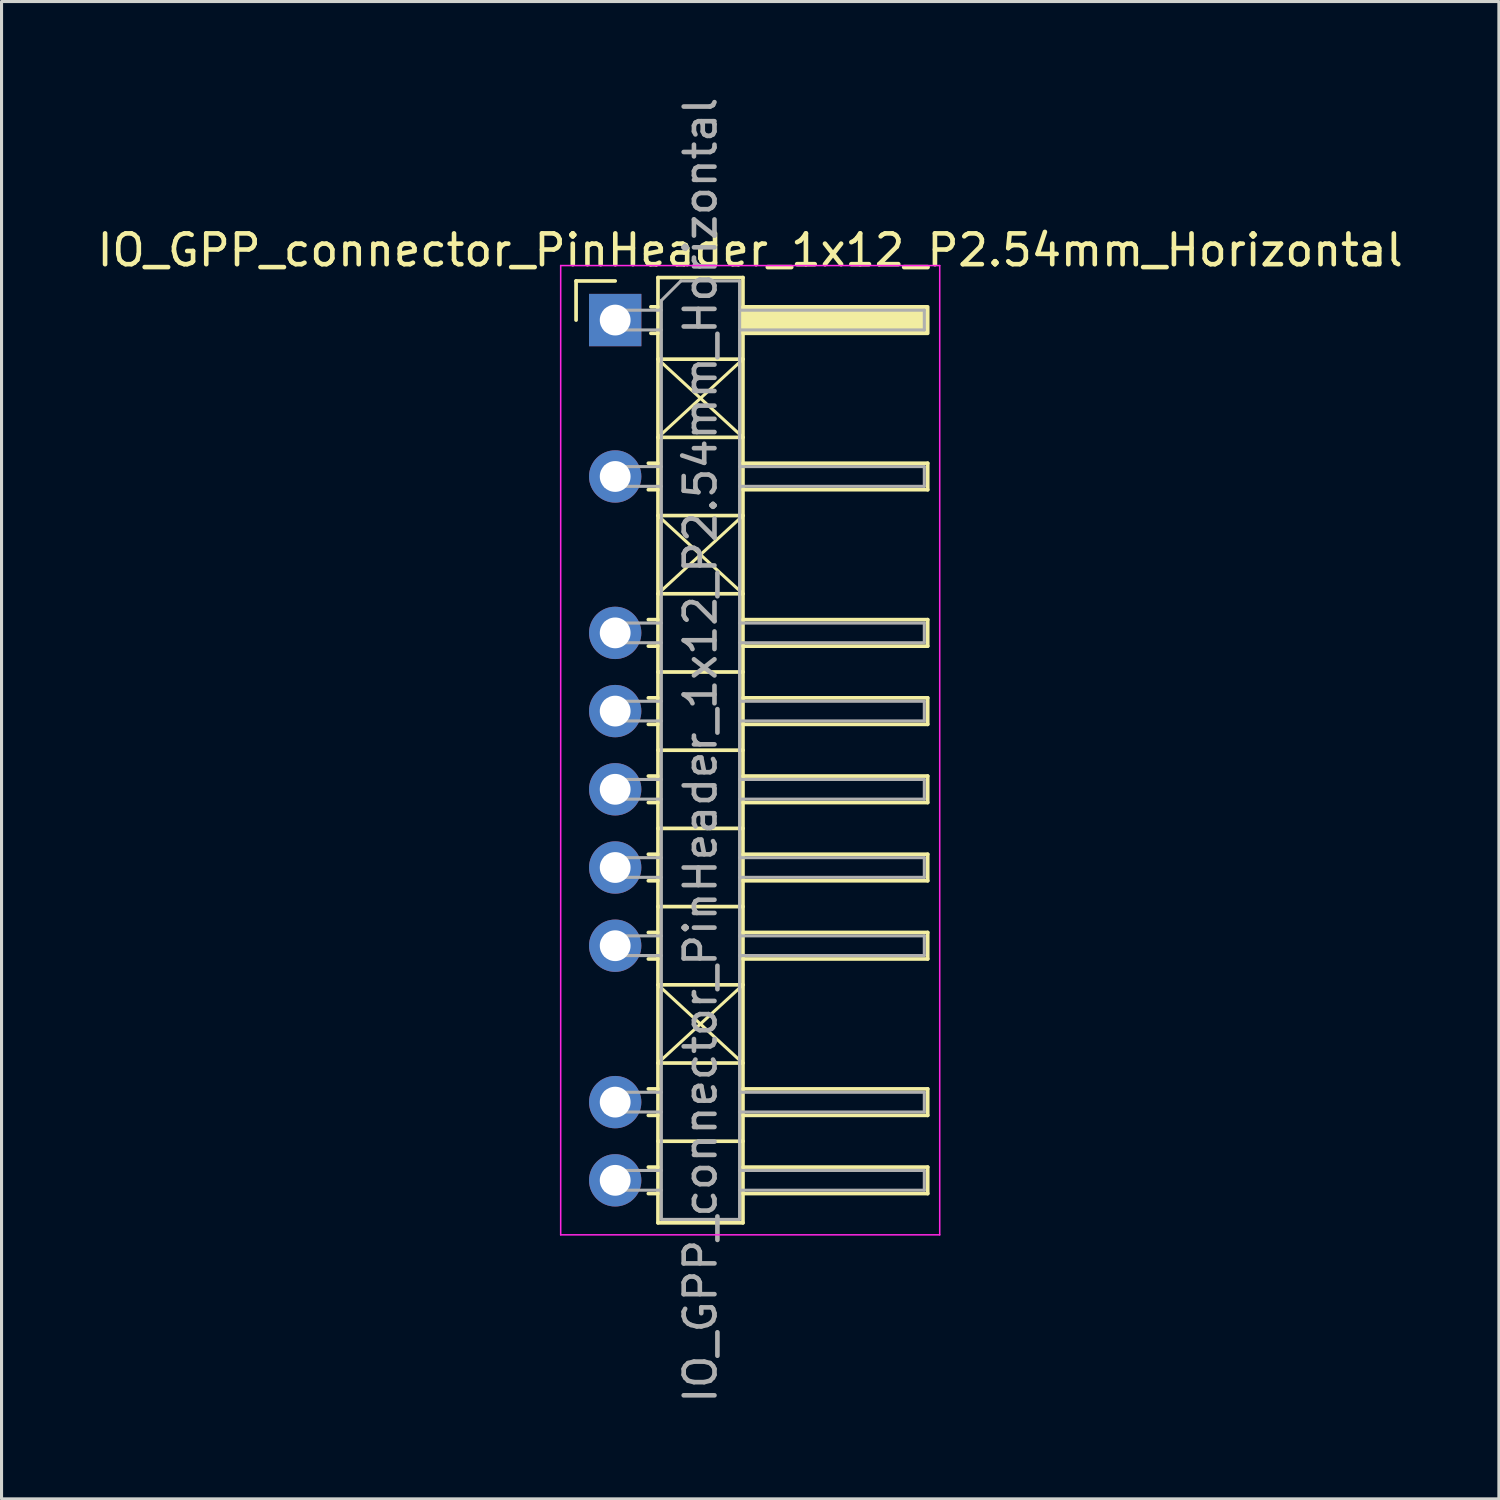
<source format=kicad_pcb>
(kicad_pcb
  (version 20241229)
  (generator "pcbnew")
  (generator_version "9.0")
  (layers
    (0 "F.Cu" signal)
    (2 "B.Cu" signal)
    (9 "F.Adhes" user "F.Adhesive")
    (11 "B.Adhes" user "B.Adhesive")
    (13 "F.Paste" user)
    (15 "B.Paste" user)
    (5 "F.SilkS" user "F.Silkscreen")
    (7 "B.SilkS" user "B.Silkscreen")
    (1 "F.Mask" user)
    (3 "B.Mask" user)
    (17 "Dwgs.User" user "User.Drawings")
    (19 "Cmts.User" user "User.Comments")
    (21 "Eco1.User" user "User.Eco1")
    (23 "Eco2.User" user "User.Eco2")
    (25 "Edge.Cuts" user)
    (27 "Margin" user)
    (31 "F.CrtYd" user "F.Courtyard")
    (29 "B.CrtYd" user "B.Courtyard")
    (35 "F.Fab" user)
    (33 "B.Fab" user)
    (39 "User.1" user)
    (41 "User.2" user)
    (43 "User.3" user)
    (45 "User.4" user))
  (footprint "IO_GPP_connector_PinHeader_1x12_P2.54mm_Horizontal"
    (layer "F.Cu")
    (at 16.93 7.345)
    (property "Reference" "IO_GPP_connector_PinHeader_1x12_P2.54mm_Horizontal" (at 4.385 -2.27 0) (layer "F.SilkS") (effects (font (size 1 1) (thickness 0.15))))
    (attr through_hole)
    (fp_line (start -1.27 -1.27) (end 0 -1.27) (stroke (width 0.12) (type solid)) (layer "F.SilkS"))
    (fp_line (start -1.27 0) (end -1.27 -1.27) (stroke (width 0.12) (type solid)) (layer "F.SilkS"))
    (fp_line (start 1.077 4.65) (end 1.39 4.65) (stroke (width 0.12) (type solid)) (layer "F.SilkS"))
    (fp_line (start 1.077 5.51) (end 1.39 5.51) (stroke (width 0.12) (type solid)) (layer "F.SilkS"))
    (fp_line (start 1.077 9.73) (end 1.39 9.73) (stroke (width 0.12) (type solid)) (layer "F.SilkS"))
    (fp_line (start 1.077 10.59) (end 1.39 10.59) (stroke (width 0.12) (type solid)) (layer "F.SilkS"))
    (fp_line (start 1.077 12.27) (end 1.39 12.27) (stroke (width 0.12) (type solid)) (layer "F.SilkS"))
    (fp_line (start 1.077 13.13) (end 1.39 13.13) (stroke (width 0.12) (type solid)) (layer "F.SilkS"))
    (fp_line (start 1.077 14.81) (end 1.39 14.81) (stroke (width 0.12) (type solid)) (layer "F.SilkS"))
    (fp_line (start 1.077 15.67) (end 1.39 15.67) (stroke (width 0.12) (type solid)) (layer "F.SilkS"))
    (fp_line (start 1.077 17.35) (end 1.39 17.35) (stroke (width 0.12) (type solid)) (layer "F.SilkS"))
    (fp_line (start 1.077 18.21) (end 1.39 18.21) (stroke (width 0.12) (type solid)) (layer "F.SilkS"))
    (fp_line (start 1.077 19.89) (end 1.39 19.89) (stroke (width 0.12) (type solid)) (layer "F.SilkS"))
    (fp_line (start 1.077 20.75) (end 1.39 20.75) (stroke (width 0.12) (type solid)) (layer "F.SilkS"))
    (fp_line (start 1.077 24.97) (end 1.39 24.97) (stroke (width 0.12) (type solid)) (layer "F.SilkS"))
    (fp_line (start 1.077 25.83) (end 1.39 25.83) (stroke (width 0.12) (type solid)) (layer "F.SilkS"))
    (fp_line (start 1.077 27.51) (end 1.39 27.51) (stroke (width 0.12) (type solid)) (layer "F.SilkS"))
    (fp_line (start 1.077 28.37) (end 1.39 28.37) (stroke (width 0.12) (type solid)) (layer "F.SilkS"))
    (fp_line (start 1.16 -0.43) (end 1.39 -0.43) (stroke (width 0.12) (type solid)) (layer "F.SilkS"))
    (fp_line (start 1.16 0.43) (end 1.39 0.43) (stroke (width 0.12) (type solid)) (layer "F.SilkS"))
    (fp_line (start 1.39 -1.38) (end 1.39 29.32) (stroke (width 0.12) (type solid)) (layer "F.SilkS"))
    (fp_line (start 1.39 1.27) (end 4.15 1.27) (stroke (width 0.12) (type solid)) (layer "F.SilkS"))
    (fp_line (start 1.39 1.27) (end 4.15 3.81) (stroke (width 0.1) (type default)) (layer "F.SilkS"))
    (fp_line (start 1.39 3.81) (end 4.15 3.81) (stroke (width 0.12) (type solid)) (layer "F.SilkS"))
    (fp_line (start 1.39 6.35) (end 4.15 6.35) (stroke (width 0.12) (type solid)) (layer "F.SilkS"))
    (fp_line (start 1.39 6.35) (end 4.15 8.89) (stroke (width 0.1) (type default)) (layer "F.SilkS"))
    (fp_line (start 1.39 8.89) (end 4.15 8.89) (stroke (width 0.12) (type solid)) (layer "F.SilkS"))
    (fp_line (start 1.39 11.43) (end 4.15 11.43) (stroke (width 0.12) (type solid)) (layer "F.SilkS"))
    (fp_line (start 1.39 13.97) (end 4.15 13.97) (stroke (width 0.12) (type solid)) (layer "F.SilkS"))
    (fp_line (start 1.39 16.51) (end 4.15 16.51) (stroke (width 0.12) (type solid)) (layer "F.SilkS"))
    (fp_line (start 1.39 19.05) (end 4.15 19.05) (stroke (width 0.12) (type solid)) (layer "F.SilkS"))
    (fp_line (start 1.39 21.59) (end 4.141 24.13) (stroke (width 0.1) (type default)) (layer "F.SilkS"))
    (fp_line (start 1.39 21.59) (end 4.15 21.59) (stroke (width 0.12) (type solid)) (layer "F.SilkS"))
    (fp_line (start 1.39 24.13) (end 4.15 24.13) (stroke (width 0.12) (type solid)) (layer "F.SilkS"))
    (fp_line (start 1.39 26.67) (end 4.15 26.67) (stroke (width 0.12) (type solid)) (layer "F.SilkS"))
    (fp_line (start 1.39 29.32) (end 4.15 29.32) (stroke (width 0.12) (type solid)) (layer "F.SilkS"))
    (fp_line (start 4.15 -1.38) (end 1.39 -1.38) (stroke (width 0.12) (type solid)) (layer "F.SilkS"))
    (fp_line (start 4.15 1.27) (end 1.39 3.81) (stroke (width 0.1) (type default)) (layer "F.SilkS"))
    (fp_line (start 4.15 4.65) (end 10.15 4.65) (stroke (width 0.12) (type solid)) (layer "F.SilkS"))
    (fp_line (start 4.15 6.35) (end 1.39 8.89) (stroke (width 0.1) (type default)) (layer "F.SilkS"))
    (fp_line (start 4.15 9.73) (end 10.15 9.73) (stroke (width 0.12) (type solid)) (layer "F.SilkS"))
    (fp_line (start 4.15 12.27) (end 10.15 12.27) (stroke (width 0.12) (type solid)) (layer "F.SilkS"))
    (fp_line (start 4.15 14.81) (end 10.15 14.81) (stroke (width 0.12) (type solid)) (layer "F.SilkS"))
    (fp_line (start 4.15 17.35) (end 10.15 17.35) (stroke (width 0.12) (type solid)) (layer "F.SilkS"))
    (fp_line (start 4.15 19.89) (end 10.15 19.89) (stroke (width 0.12) (type solid)) (layer "F.SilkS"))
    (fp_line (start 4.15 21.59) (end 1.39 24.13) (stroke (width 0.1) (type default)) (layer "F.SilkS"))
    (fp_line (start 4.15 24.97) (end 10.15 24.97) (stroke (width 0.12) (type solid)) (layer "F.SilkS"))
    (fp_line (start 4.15 27.51) (end 10.15 27.51) (stroke (width 0.12) (type solid)) (layer "F.SilkS"))
    (fp_line (start 4.15 29.32) (end 4.15 -1.38) (stroke (width 0.12) (type solid)) (layer "F.SilkS"))
    (fp_line (start 10.15 4.65) (end 10.15 5.51) (stroke (width 0.12) (type solid)) (layer "F.SilkS"))
    (fp_line (start 10.15 5.51) (end 4.15 5.51) (stroke (width 0.12) (type solid)) (layer "F.SilkS"))
    (fp_line (start 10.15 9.73) (end 10.15 10.59) (stroke (width 0.12) (type solid)) (layer "F.SilkS"))
    (fp_line (start 10.15 10.59) (end 4.15 10.59) (stroke (width 0.12) (type solid)) (layer "F.SilkS"))
    (fp_line (start 10.15 12.27) (end 10.15 13.13) (stroke (width 0.12) (type solid)) (layer "F.SilkS"))
    (fp_line (start 10.15 13.13) (end 4.15 13.13) (stroke (width 0.12) (type solid)) (layer "F.SilkS"))
    (fp_line (start 10.15 14.81) (end 10.15 15.67) (stroke (width 0.12) (type solid)) (layer "F.SilkS"))
    (fp_line (start 10.15 15.67) (end 4.15 15.67) (stroke (width 0.12) (type solid)) (layer "F.SilkS"))
    (fp_line (start 10.15 17.35) (end 10.15 18.21) (stroke (width 0.12) (type solid)) (layer "F.SilkS"))
    (fp_line (start 10.15 18.21) (end 4.15 18.21) (stroke (width 0.12) (type solid)) (layer "F.SilkS"))
    (fp_line (start 10.15 19.89) (end 10.15 20.75) (stroke (width 0.12) (type solid)) (layer "F.SilkS"))
    (fp_line (start 10.15 20.75) (end 4.15 20.75) (stroke (width 0.12) (type solid)) (layer "F.SilkS"))
    (fp_line (start 10.15 24.97) (end 10.15 25.83) (stroke (width 0.12) (type solid)) (layer "F.SilkS"))
    (fp_line (start 10.15 25.83) (end 4.15 25.83) (stroke (width 0.12) (type solid)) (layer "F.SilkS"))
    (fp_line (start 10.15 27.51) (end 10.15 28.37) (stroke (width 0.12) (type solid)) (layer "F.SilkS"))
    (fp_line (start 10.15 28.37) (end 4.15 28.37) (stroke (width 0.12) (type solid)) (layer "F.SilkS"))
    (fp_rect (start 4.15 -0.43) (end 10.15 0.43) (stroke (width 0.12) (type solid)) (fill yes) (layer "F.SilkS"))
    (fp_line (start -1.77 -1.77) (end -1.77 29.71) (stroke (width 0.05) (type solid)) (layer "F.CrtYd"))
    (fp_line (start -1.77 29.71) (end 10.54 29.71) (stroke (width 0.05) (type solid)) (layer "F.CrtYd"))
    (fp_line (start 10.54 -1.77) (end -1.77 -1.77) (stroke (width 0.05) (type solid)) (layer "F.CrtYd"))
    (fp_line (start 10.54 29.71) (end 10.54 -1.77) (stroke (width 0.05) (type solid)) (layer "F.CrtYd"))
    (fp_line (start -0.32 -0.32) (end -0.32 0.32) (stroke (width 0.1) (type solid)) (layer "F.Fab"))
    (fp_line (start -0.32 -0.32) (end 1.5 -0.32) (stroke (width 0.1) (type solid)) (layer "F.Fab"))
    (fp_line (start -0.32 0.32) (end 1.5 0.32) (stroke (width 0.1) (type solid)) (layer "F.Fab"))
    (fp_line (start -0.32 4.76) (end -0.32 5.4) (stroke (width 0.1) (type solid)) (layer "F.Fab"))
    (fp_line (start -0.32 4.76) (end 1.5 4.76) (stroke (width 0.1) (type solid)) (layer "F.Fab"))
    (fp_line (start -0.32 5.4) (end 1.5 5.4) (stroke (width 0.1) (type solid)) (layer "F.Fab"))
    (fp_line (start -0.32 9.84) (end -0.32 10.48) (stroke (width 0.1) (type solid)) (layer "F.Fab"))
    (fp_line (start -0.32 9.84) (end 1.5 9.84) (stroke (width 0.1) (type solid)) (layer "F.Fab"))
    (fp_line (start -0.32 10.48) (end 1.5 10.48) (stroke (width 0.1) (type solid)) (layer "F.Fab"))
    (fp_line (start -0.32 12.38) (end -0.32 13.02) (stroke (width 0.1) (type solid)) (layer "F.Fab"))
    (fp_line (start -0.32 12.38) (end 1.5 12.38) (stroke (width 0.1) (type solid)) (layer "F.Fab"))
    (fp_line (start -0.32 13.02) (end 1.5 13.02) (stroke (width 0.1) (type solid)) (layer "F.Fab"))
    (fp_line (start -0.32 14.92) (end -0.32 15.56) (stroke (width 0.1) (type solid)) (layer "F.Fab"))
    (fp_line (start -0.32 14.92) (end 1.5 14.92) (stroke (width 0.1) (type solid)) (layer "F.Fab"))
    (fp_line (start -0.32 15.56) (end 1.5 15.56) (stroke (width 0.1) (type solid)) (layer "F.Fab"))
    (fp_line (start -0.32 17.46) (end -0.32 18.1) (stroke (width 0.1) (type solid)) (layer "F.Fab"))
    (fp_line (start -0.32 17.46) (end 1.5 17.46) (stroke (width 0.1) (type solid)) (layer "F.Fab"))
    (fp_line (start -0.32 18.1) (end 1.5 18.1) (stroke (width 0.1) (type solid)) (layer "F.Fab"))
    (fp_line (start -0.32 20) (end -0.32 20.64) (stroke (width 0.1) (type solid)) (layer "F.Fab"))
    (fp_line (start -0.32 20) (end 1.5 20) (stroke (width 0.1) (type solid)) (layer "F.Fab"))
    (fp_line (start -0.32 20.64) (end 1.5 20.64) (stroke (width 0.1) (type solid)) (layer "F.Fab"))
    (fp_line (start -0.32 25.08) (end -0.32 25.72) (stroke (width 0.1) (type solid)) (layer "F.Fab"))
    (fp_line (start -0.32 25.08) (end 1.5 25.08) (stroke (width 0.1) (type solid)) (layer "F.Fab"))
    (fp_line (start -0.32 25.72) (end 1.5 25.72) (stroke (width 0.1) (type solid)) (layer "F.Fab"))
    (fp_line (start -0.32 27.62) (end -0.32 28.26) (stroke (width 0.1) (type solid)) (layer "F.Fab"))
    (fp_line (start -0.32 27.62) (end 1.5 27.62) (stroke (width 0.1) (type solid)) (layer "F.Fab"))
    (fp_line (start -0.32 28.26) (end 1.5 28.26) (stroke (width 0.1) (type solid)) (layer "F.Fab"))
    (fp_line (start 1.5 -0.635) (end 2.135 -1.27) (stroke (width 0.1) (type solid)) (layer "F.Fab"))
    (fp_line (start 1.5 29.21) (end 1.5 -0.635) (stroke (width 0.1) (type solid)) (layer "F.Fab"))
    (fp_line (start 2.135 -1.27) (end 4.04 -1.27) (stroke (width 0.1) (type solid)) (layer "F.Fab"))
    (fp_line (start 4.04 -1.27) (end 4.04 29.21) (stroke (width 0.1) (type solid)) (layer "F.Fab"))
    (fp_line (start 4.04 -0.32) (end 10.04 -0.32) (stroke (width 0.1) (type solid)) (layer "F.Fab"))
    (fp_line (start 4.04 0.32) (end 10.04 0.32) (stroke (width 0.1) (type solid)) (layer "F.Fab"))
    (fp_line (start 4.04 4.76) (end 10.04 4.76) (stroke (width 0.1) (type solid)) (layer "F.Fab"))
    (fp_line (start 4.04 5.4) (end 10.04 5.4) (stroke (width 0.1) (type solid)) (layer "F.Fab"))
    (fp_line (start 4.04 9.84) (end 10.04 9.84) (stroke (width 0.1) (type solid)) (layer "F.Fab"))
    (fp_line (start 4.04 10.48) (end 10.04 10.48) (stroke (width 0.1) (type solid)) (layer "F.Fab"))
    (fp_line (start 4.04 12.38) (end 10.04 12.38) (stroke (width 0.1) (type solid)) (layer "F.Fab"))
    (fp_line (start 4.04 13.02) (end 10.04 13.02) (stroke (width 0.1) (type solid)) (layer "F.Fab"))
    (fp_line (start 4.04 14.92) (end 10.04 14.92) (stroke (width 0.1) (type solid)) (layer "F.Fab"))
    (fp_line (start 4.04 15.56) (end 10.04 15.56) (stroke (width 0.1) (type solid)) (layer "F.Fab"))
    (fp_line (start 4.04 17.46) (end 10.04 17.46) (stroke (width 0.1) (type solid)) (layer "F.Fab"))
    (fp_line (start 4.04 18.1) (end 10.04 18.1) (stroke (width 0.1) (type solid)) (layer "F.Fab"))
    (fp_line (start 4.04 20) (end 10.04 20) (stroke (width 0.1) (type solid)) (layer "F.Fab"))
    (fp_line (start 4.04 20.64) (end 10.04 20.64) (stroke (width 0.1) (type solid)) (layer "F.Fab"))
    (fp_line (start 4.04 25.08) (end 10.04 25.08) (stroke (width 0.1) (type solid)) (layer "F.Fab"))
    (fp_line (start 4.04 25.72) (end 10.04 25.72) (stroke (width 0.1) (type solid)) (layer "F.Fab"))
    (fp_line (start 4.04 27.62) (end 10.04 27.62) (stroke (width 0.1) (type solid)) (layer "F.Fab"))
    (fp_line (start 4.04 28.26) (end 10.04 28.26) (stroke (width 0.1) (type solid)) (layer "F.Fab"))
    (fp_line (start 4.04 29.21) (end 1.5 29.21) (stroke (width 0.1) (type solid)) (layer "F.Fab"))
    (fp_line (start 10.04 -0.32) (end 10.04 0.32) (stroke (width 0.1) (type solid)) (layer "F.Fab"))
    (fp_line (start 10.04 4.76) (end 10.04 5.4) (stroke (width 0.1) (type solid)) (layer "F.Fab"))
    (fp_line (start 10.04 9.84) (end 10.04 10.48) (stroke (width 0.1) (type solid)) (layer "F.Fab"))
    (fp_line (start 10.04 12.38) (end 10.04 13.02) (stroke (width 0.1) (type solid)) (layer "F.Fab"))
    (fp_line (start 10.04 14.92) (end 10.04 15.56) (stroke (width 0.1) (type solid)) (layer "F.Fab"))
    (fp_line (start 10.04 17.46) (end 10.04 18.1) (stroke (width 0.1) (type solid)) (layer "F.Fab"))
    (fp_line (start 10.04 20) (end 10.04 20.64) (stroke (width 0.1) (type solid)) (layer "F.Fab"))
    (fp_line (start 10.04 25.08) (end 10.04 25.72) (stroke (width 0.1) (type solid)) (layer "F.Fab"))
    (fp_line (start 10.04 27.62) (end 10.04 28.26) (stroke (width 0.1) (type solid)) (layer "F.Fab"))
    (fp_text user "${REFERENCE}" (at 2.77 13.97 90) (layer "F.Fab") (effects (font (size 1 1) (thickness 0.15))))
    (pad "1" thru_hole rect (at 0 0) (size 1.7 1.7) (drill 1) (layers "*.Cu" "*.Mask"))
    (pad "3" thru_hole circle (at 0 5.08) (size 1.7 1.7) (drill 1) (layers "*.Cu" "*.Mask"))
    (pad "5" thru_hole circle (at 0 10.16) (size 1.7 1.7) (drill 1) (layers "*.Cu" "*.Mask"))
    (pad "6" thru_hole circle (at 0 12.7) (size 1.7 1.7) (drill 1) (layers "*.Cu" "*.Mask"))
    (pad "7" thru_hole circle (at 0 15.24) (size 1.7 1.7) (drill 1) (layers "*.Cu" "*.Mask"))
    (pad "8" thru_hole circle (at 0 17.78) (size 1.7 1.7) (drill 1) (layers "*.Cu" "*.Mask"))
    (pad "9" thru_hole circle (at 0 20.32) (size 1.7 1.7) (drill 1) (layers "*.Cu" "*.Mask"))
    (pad "11" thru_hole circle (at 0 25.4) (size 1.7 1.7) (drill 1) (layers "*.Cu" "*.Mask"))
    (pad "12" thru_hole circle (at 0 27.94) (size 1.7 1.7) (drill 1) (layers "*.Cu" "*.Mask")))
  (gr_rect
    (start -3 -3)
    (end 45.631 45.631)
    (stroke (width 0.1) (type default))
    (fill no)
    (layer "Edge.Cuts")))
</source>
